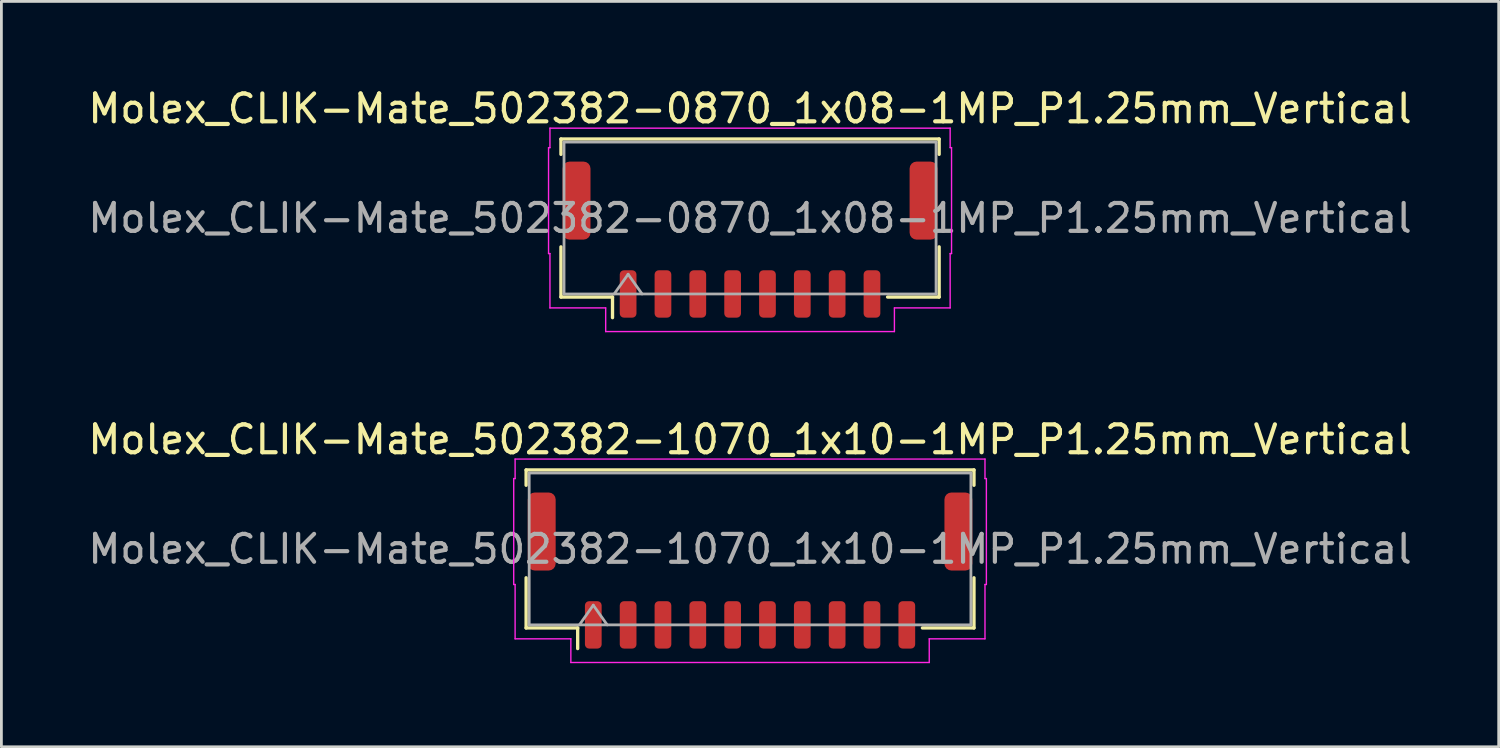
<source format=kicad_pcb>
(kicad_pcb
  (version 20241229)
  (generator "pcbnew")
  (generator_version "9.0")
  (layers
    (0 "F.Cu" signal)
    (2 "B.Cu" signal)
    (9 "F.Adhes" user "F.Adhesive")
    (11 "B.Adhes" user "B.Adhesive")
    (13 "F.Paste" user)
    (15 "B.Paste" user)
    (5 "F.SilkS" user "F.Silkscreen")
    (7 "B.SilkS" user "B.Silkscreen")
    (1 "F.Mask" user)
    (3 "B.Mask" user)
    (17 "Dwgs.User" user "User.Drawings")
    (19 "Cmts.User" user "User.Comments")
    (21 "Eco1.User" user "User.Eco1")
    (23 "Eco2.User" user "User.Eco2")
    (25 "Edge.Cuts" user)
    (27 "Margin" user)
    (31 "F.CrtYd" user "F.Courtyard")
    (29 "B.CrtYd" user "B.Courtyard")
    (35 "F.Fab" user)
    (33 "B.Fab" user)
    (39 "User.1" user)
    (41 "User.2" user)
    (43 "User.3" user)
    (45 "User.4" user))
  (footprint "Molex_CLIK-Mate_502382-0870_1x08-1MP_P1.25mm_Vertical"
    (layer "F.Cu")
    (at 23.863 5.548)
    (property "Reference" "Molex_CLIK-Mate_502382-0870_1x08-1MP_P1.25mm_Vertical" (at 0 -4.7 0) (layer "F.SilkS") (effects (font (size 1 1) (thickness 0.15))))
    (attr smd)
    (fp_line (start -6.785 -3.61) (end 6.785 -3.61) (stroke (width 0.12) (type solid)) (layer "F.SilkS"))
    (fp_line (start -6.785 -3.06) (end -6.785 -3.61) (stroke (width 0.12) (type solid)) (layer "F.SilkS"))
    (fp_line (start -6.785 0.26) (end -6.785 2.06) (stroke (width 0.12) (type solid)) (layer "F.SilkS"))
    (fp_line (start -6.785 2.06) (end -4.935 2.06) (stroke (width 0.12) (type solid)) (layer "F.SilkS"))
    (fp_line (start -4.935 2.06) (end -4.935 2.8) (stroke (width 0.12) (type solid)) (layer "F.SilkS"))
    (fp_line (start 6.785 -3.61) (end 6.785 -3.06) (stroke (width 0.12) (type solid)) (layer "F.SilkS"))
    (fp_line (start 6.785 0.26) (end 6.785 2.06) (stroke (width 0.12) (type solid)) (layer "F.SilkS"))
    (fp_line (start 6.785 2.06) (end 4.935 2.06) (stroke (width 0.12) (type solid)) (layer "F.SilkS"))
    (fp_line (start -7.23 -3.3) (end -7.18 -3.3) (stroke (width 0.05) (type solid)) (layer "F.CrtYd"))
    (fp_line (start -7.23 0.5) (end -7.23 -3.3) (stroke (width 0.05) (type solid)) (layer "F.CrtYd"))
    (fp_line (start -7.18 -4) (end 7.18 -4) (stroke (width 0.05) (type solid)) (layer "F.CrtYd"))
    (fp_line (start -7.18 -3.3) (end -7.18 -4) (stroke (width 0.05) (type solid)) (layer "F.CrtYd"))
    (fp_line (start -7.18 0.5) (end -7.23 0.5) (stroke (width 0.05) (type solid)) (layer "F.CrtYd"))
    (fp_line (start -7.18 2.45) (end -7.18 0.5) (stroke (width 0.05) (type solid)) (layer "F.CrtYd"))
    (fp_line (start -5.18 2.45) (end -7.18 2.45) (stroke (width 0.05) (type solid)) (layer "F.CrtYd"))
    (fp_line (start -5.18 3.3) (end -5.18 2.45) (stroke (width 0.05) (type solid)) (layer "F.CrtYd"))
    (fp_line (start 5.18 2.45) (end 5.18 3.3) (stroke (width 0.05) (type solid)) (layer "F.CrtYd"))
    (fp_line (start 5.18 3.3) (end -5.18 3.3) (stroke (width 0.05) (type solid)) (layer "F.CrtYd"))
    (fp_line (start 7.18 -4) (end 7.18 -3.3) (stroke (width 0.05) (type solid)) (layer "F.CrtYd"))
    (fp_line (start 7.18 -3.3) (end 7.23 -3.3) (stroke (width 0.05) (type solid)) (layer "F.CrtYd"))
    (fp_line (start 7.18 0.5) (end 7.18 2.45) (stroke (width 0.05) (type solid)) (layer "F.CrtYd"))
    (fp_line (start 7.18 2.45) (end 5.18 2.45) (stroke (width 0.05) (type solid)) (layer "F.CrtYd"))
    (fp_line (start 7.23 -3.3) (end 7.23 0.5) (stroke (width 0.05) (type solid)) (layer "F.CrtYd"))
    (fp_line (start 7.23 0.5) (end 7.18 0.5) (stroke (width 0.05) (type solid)) (layer "F.CrtYd"))
    (fp_line (start -6.675 -3.5) (end 6.675 -3.5) (stroke (width 0.1) (type solid)) (layer "F.Fab"))
    (fp_line (start -6.675 1.95) (end -6.675 -3.5) (stroke (width 0.1) (type solid)) (layer "F.Fab"))
    (fp_line (start -6.675 1.95) (end 6.675 1.95) (stroke (width 0.1) (type solid)) (layer "F.Fab"))
    (fp_line (start -4.875 1.95) (end -4.375 1.243) (stroke (width 0.1) (type solid)) (layer "F.Fab"))
    (fp_line (start -4.375 1.243) (end -3.875 1.95) (stroke (width 0.1) (type solid)) (layer "F.Fab"))
    (fp_line (start 6.675 1.95) (end 6.675 -3.5) (stroke (width 0.1) (type solid)) (layer "F.Fab"))
    (fp_text user "${REFERENCE}" (at 0 -0.77 0) (layer "F.Fab") (effects (font (size 1 1) (thickness 0.15))))
    (pad "1" smd roundrect (at -4.375 1.95) (size 0.6 1.7) (layers "F.Cu" "F.Mask" "F.Paste") (roundrect_rratio 0.25))
    (pad "2" smd roundrect (at -3.125 1.95) (size 0.6 1.7) (layers "F.Cu" "F.Mask" "F.Paste") (roundrect_rratio 0.25))
    (pad "3" smd roundrect (at -1.875 1.95) (size 0.6 1.7) (layers "F.Cu" "F.Mask" "F.Paste") (roundrect_rratio 0.25))
    (pad "4" smd roundrect (at -0.625 1.95) (size 0.6 1.7) (layers "F.Cu" "F.Mask" "F.Paste") (roundrect_rratio 0.25))
    (pad "5" smd roundrect (at 0.625 1.95) (size 0.6 1.7) (layers "F.Cu" "F.Mask" "F.Paste") (roundrect_rratio 0.25))
    (pad "6" smd roundrect (at 1.875 1.95) (size 0.6 1.7) (layers "F.Cu" "F.Mask" "F.Paste") (roundrect_rratio 0.25))
    (pad "7" smd roundrect (at 3.125 1.95) (size 0.6 1.7) (layers "F.Cu" "F.Mask" "F.Paste") (roundrect_rratio 0.25))
    (pad "8" smd roundrect (at 4.375 1.95) (size 0.6 1.7) (layers "F.Cu" "F.Mask" "F.Paste") (roundrect_rratio 0.25))
    (pad "MP" smd roundrect (at -6.225 -1.4) (size 1 2.8) (layers "F.Cu" "F.Mask" "F.Paste") (roundrect_rratio 0.25))
    (pad "MP" smd roundrect (at 6.225 -1.4) (size 1 2.8) (layers "F.Cu" "F.Mask" "F.Paste") (roundrect_rratio 0.25)))
  (footprint "Molex_CLIK-Mate_502382-1070_1x10-1MP_P1.25mm_Vertical"
    (layer "F.Cu")
    (at 23.863 17.422)
    (property "Reference" "Molex_CLIK-Mate_502382-1070_1x10-1MP_P1.25mm_Vertical" (at 0 -4.7 0) (layer "F.SilkS") (effects (font (size 1 1) (thickness 0.15))))
    (attr smd)
    (fp_line (start -8.035 -3.61) (end 8.035 -3.61) (stroke (width 0.12) (type solid)) (layer "F.SilkS"))
    (fp_line (start -8.035 -3.06) (end -8.035 -3.61) (stroke (width 0.12) (type solid)) (layer "F.SilkS"))
    (fp_line (start -8.035 0.26) (end -8.035 2.06) (stroke (width 0.12) (type solid)) (layer "F.SilkS"))
    (fp_line (start -8.035 2.06) (end -6.185 2.06) (stroke (width 0.12) (type solid)) (layer "F.SilkS"))
    (fp_line (start -6.185 2.06) (end -6.185 2.8) (stroke (width 0.12) (type solid)) (layer "F.SilkS"))
    (fp_line (start 8.035 -3.61) (end 8.035 -3.06) (stroke (width 0.12) (type solid)) (layer "F.SilkS"))
    (fp_line (start 8.035 0.26) (end 8.035 2.06) (stroke (width 0.12) (type solid)) (layer "F.SilkS"))
    (fp_line (start 8.035 2.06) (end 6.185 2.06) (stroke (width 0.12) (type solid)) (layer "F.SilkS"))
    (fp_line (start -8.48 -3.3) (end -8.43 -3.3) (stroke (width 0.05) (type solid)) (layer "F.CrtYd"))
    (fp_line (start -8.48 0.5) (end -8.48 -3.3) (stroke (width 0.05) (type solid)) (layer "F.CrtYd"))
    (fp_line (start -8.43 -4) (end 8.43 -4) (stroke (width 0.05) (type solid)) (layer "F.CrtYd"))
    (fp_line (start -8.43 -3.3) (end -8.43 -4) (stroke (width 0.05) (type solid)) (layer "F.CrtYd"))
    (fp_line (start -8.43 0.5) (end -8.48 0.5) (stroke (width 0.05) (type solid)) (layer "F.CrtYd"))
    (fp_line (start -8.43 2.45) (end -8.43 0.5) (stroke (width 0.05) (type solid)) (layer "F.CrtYd"))
    (fp_line (start -6.43 2.45) (end -8.43 2.45) (stroke (width 0.05) (type solid)) (layer "F.CrtYd"))
    (fp_line (start -6.43 3.3) (end -6.43 2.45) (stroke (width 0.05) (type solid)) (layer "F.CrtYd"))
    (fp_line (start 6.43 2.45) (end 6.43 3.3) (stroke (width 0.05) (type solid)) (layer "F.CrtYd"))
    (fp_line (start 6.43 3.3) (end -6.43 3.3) (stroke (width 0.05) (type solid)) (layer "F.CrtYd"))
    (fp_line (start 8.43 -4) (end 8.43 -3.3) (stroke (width 0.05) (type solid)) (layer "F.CrtYd"))
    (fp_line (start 8.43 -3.3) (end 8.48 -3.3) (stroke (width 0.05) (type solid)) (layer "F.CrtYd"))
    (fp_line (start 8.43 0.5) (end 8.43 2.45) (stroke (width 0.05) (type solid)) (layer "F.CrtYd"))
    (fp_line (start 8.43 2.45) (end 6.43 2.45) (stroke (width 0.05) (type solid)) (layer "F.CrtYd"))
    (fp_line (start 8.48 -3.3) (end 8.48 0.5) (stroke (width 0.05) (type solid)) (layer "F.CrtYd"))
    (fp_line (start 8.48 0.5) (end 8.43 0.5) (stroke (width 0.05) (type solid)) (layer "F.CrtYd"))
    (fp_line (start -7.925 -3.5) (end 7.925 -3.5) (stroke (width 0.1) (type solid)) (layer "F.Fab"))
    (fp_line (start -7.925 1.95) (end -7.925 -3.5) (stroke (width 0.1) (type solid)) (layer "F.Fab"))
    (fp_line (start -7.925 1.95) (end 7.925 1.95) (stroke (width 0.1) (type solid)) (layer "F.Fab"))
    (fp_line (start -6.125 1.95) (end -5.625 1.243) (stroke (width 0.1) (type solid)) (layer "F.Fab"))
    (fp_line (start -5.625 1.243) (end -5.125 1.95) (stroke (width 0.1) (type solid)) (layer "F.Fab"))
    (fp_line (start 7.925 1.95) (end 7.925 -3.5) (stroke (width 0.1) (type solid)) (layer "F.Fab"))
    (fp_text user "${REFERENCE}" (at 0 -0.77 0) (layer "F.Fab") (effects (font (size 1 1) (thickness 0.15))))
    (pad "1" smd roundrect (at -5.625 1.95) (size 0.6 1.7) (layers "F.Cu" "F.Mask" "F.Paste") (roundrect_rratio 0.25))
    (pad "2" smd roundrect (at -4.375 1.95) (size 0.6 1.7) (layers "F.Cu" "F.Mask" "F.Paste") (roundrect_rratio 0.25))
    (pad "3" smd roundrect (at -3.125 1.95) (size 0.6 1.7) (layers "F.Cu" "F.Mask" "F.Paste") (roundrect_rratio 0.25))
    (pad "4" smd roundrect (at -1.875 1.95) (size 0.6 1.7) (layers "F.Cu" "F.Mask" "F.Paste") (roundrect_rratio 0.25))
    (pad "5" smd roundrect (at -0.625 1.95) (size 0.6 1.7) (layers "F.Cu" "F.Mask" "F.Paste") (roundrect_rratio 0.25))
    (pad "6" smd roundrect (at 0.625 1.95) (size 0.6 1.7) (layers "F.Cu" "F.Mask" "F.Paste") (roundrect_rratio 0.25))
    (pad "7" smd roundrect (at 1.875 1.95) (size 0.6 1.7) (layers "F.Cu" "F.Mask" "F.Paste") (roundrect_rratio 0.25))
    (pad "8" smd roundrect (at 3.125 1.95) (size 0.6 1.7) (layers "F.Cu" "F.Mask" "F.Paste") (roundrect_rratio 0.25))
    (pad "9" smd roundrect (at 4.375 1.95) (size 0.6 1.7) (layers "F.Cu" "F.Mask" "F.Paste") (roundrect_rratio 0.25))
    (pad "10" smd roundrect (at 5.625 1.95) (size 0.6 1.7) (layers "F.Cu" "F.Mask" "F.Paste") (roundrect_rratio 0.25))
    (pad "MP" smd roundrect (at -7.475 -1.4) (size 1 2.8) (layers "F.Cu" "F.Mask" "F.Paste") (roundrect_rratio 0.25))
    (pad "MP" smd roundrect (at 7.475 -1.4) (size 1 2.8) (layers "F.Cu" "F.Mask" "F.Paste") (roundrect_rratio 0.25)))
  (gr_rect
    (start -3 -3)
    (end 50.726 23.747)
    (stroke (width 0.1) (type default))
    (fill no)
    (layer "Edge.Cuts")))
</source>
